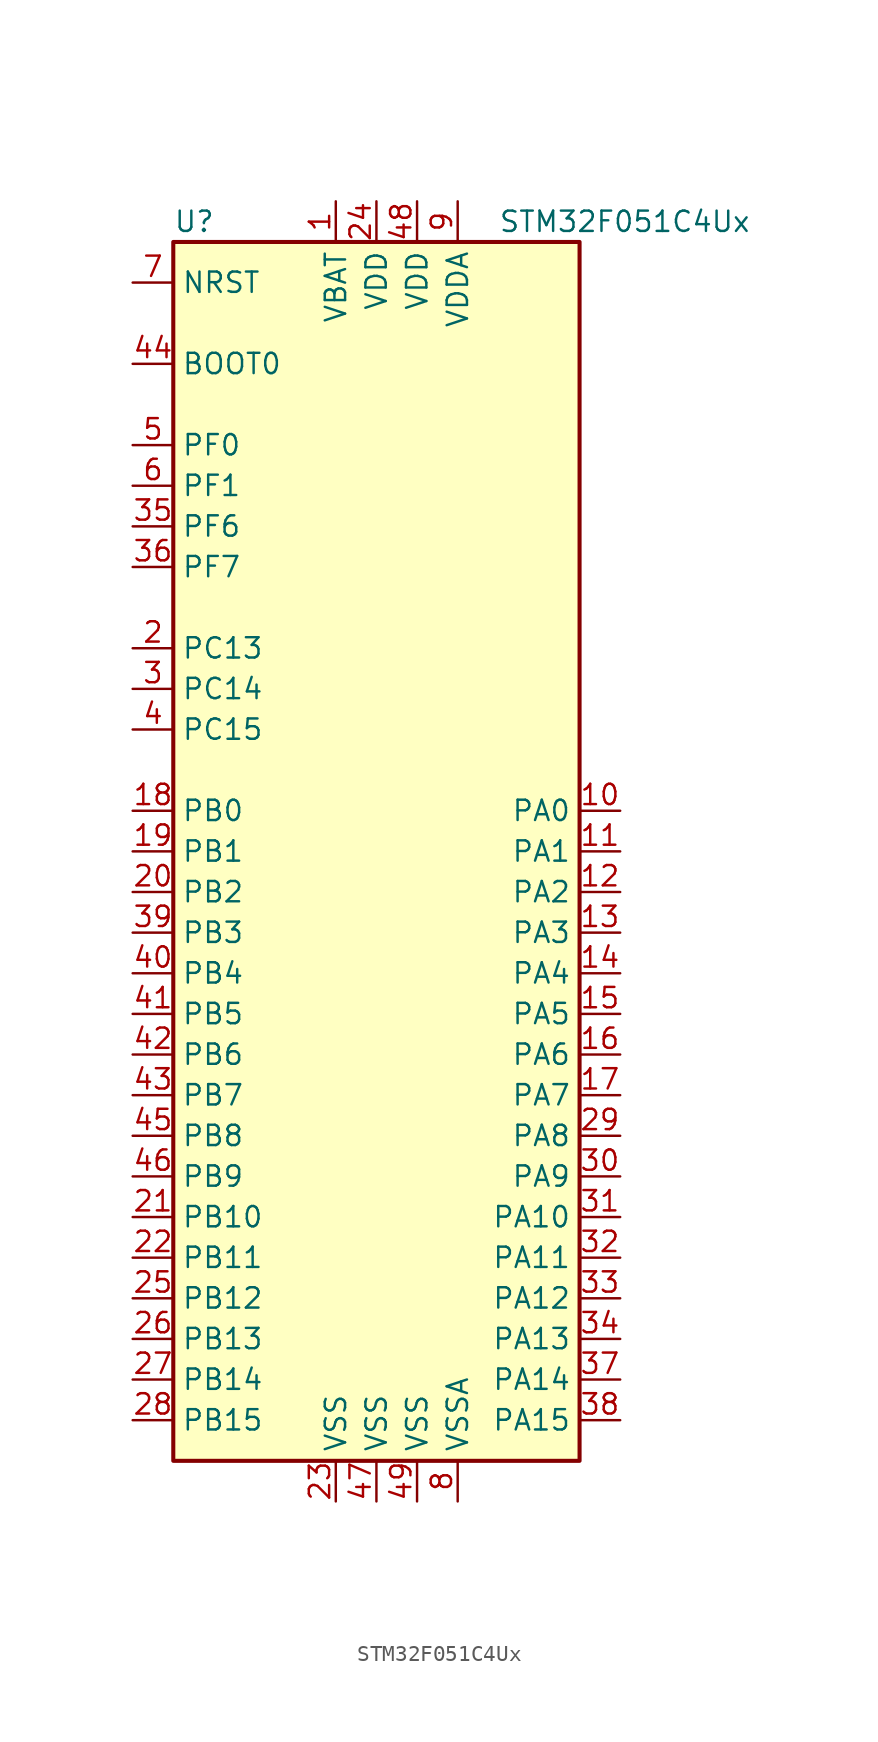
<source format=kicad_sym>
(kicad_symbol_lib
  (version 20201005)
  (generator kicad_symbol_editor)
  (symbol "MCU_ST_STM32F0:STM32F051C4Ux"
    (property "Reference" "U"
      (at -12.7 39.37 0)
      (effects (font (size 1.27 1.27)) (justify left)))
    (property "Value" "STM32F051C4Ux"
      (at 7.62 39.37 0)
      (effects (font (size 1.27 1.27)) (justify left)))
    (symbol "STM32F051C4Ux_0_1"
      (rectangle (start -12.7 -38.1) (end 12.7 38.1) (stroke (width 0.254)) (fill (type background))))
    (symbol "STM32F051C4Ux_1_1"
      (pin power_in line (at -2.54 40.64 270) (length 2.54) (name "VBAT" (effects (font (size 1.27 1.27)))) (number "1" (effects (font (size 1.27 1.27)))))
      (pin bidirectional line (at 15.24 2.54 180) (length 2.54) (name "PA0" (effects (font (size 1.27 1.27)))) (number "10" (effects (font (size 1.27 1.27)))))
      (pin bidirectional line (at 15.24 0 180) (length 2.54) (name "PA1" (effects (font (size 1.27 1.27)))) (number "11" (effects (font (size 1.27 1.27)))))
      (pin bidirectional line (at 15.24 -2.54 180) (length 2.54) (name "PA2" (effects (font (size 1.27 1.27)))) (number "12" (effects (font (size 1.27 1.27)))))
      (pin bidirectional line (at 15.24 -5.08 180) (length 2.54) (name "PA3" (effects (font (size 1.27 1.27)))) (number "13" (effects (font (size 1.27 1.27)))))
      (pin bidirectional line (at 15.24 -7.62 180) (length 2.54) (name "PA4" (effects (font (size 1.27 1.27)))) (number "14" (effects (font (size 1.27 1.27)))))
      (pin bidirectional line (at 15.24 -10.16 180) (length 2.54) (name "PA5" (effects (font (size 1.27 1.27)))) (number "15" (effects (font (size 1.27 1.27)))))
      (pin bidirectional line (at 15.24 -12.7 180) (length 2.54) (name "PA6" (effects (font (size 1.27 1.27)))) (number "16" (effects (font (size 1.27 1.27)))))
      (pin bidirectional line (at 15.24 -15.24 180) (length 2.54) (name "PA7" (effects (font (size 1.27 1.27)))) (number "17" (effects (font (size 1.27 1.27)))))
      (pin bidirectional line (at -15.24 2.54 0) (length 2.54) (name "PB0" (effects (font (size 1.27 1.27)))) (number "18" (effects (font (size 1.27 1.27)))))
      (pin bidirectional line (at -15.24 0 0) (length 2.54) (name "PB1" (effects (font (size 1.27 1.27)))) (number "19" (effects (font (size 1.27 1.27)))))
      (pin bidirectional line (at -15.24 12.7 0) (length 2.54) (name "PC13" (effects (font (size 1.27 1.27)))) (number "2" (effects (font (size 1.27 1.27)))))
      (pin bidirectional line (at -15.24 -2.54 0) (length 2.54) (name "PB2" (effects (font (size 1.27 1.27)))) (number "20" (effects (font (size 1.27 1.27)))))
      (pin bidirectional line (at -15.24 -22.86 0) (length 2.54) (name "PB10" (effects (font (size 1.27 1.27)))) (number "21" (effects (font (size 1.27 1.27)))))
      (pin bidirectional line (at -15.24 -25.4 0) (length 2.54) (name "PB11" (effects (font (size 1.27 1.27)))) (number "22" (effects (font (size 1.27 1.27)))))
      (pin power_in line (at -2.54 -40.64 90) (length 2.54) (name "VSS" (effects (font (size 1.27 1.27)))) (number "23" (effects (font (size 1.27 1.27)))))
      (pin power_in line (at 0 40.64 270) (length 2.54) (name "VDD" (effects (font (size 1.27 1.27)))) (number "24" (effects (font (size 1.27 1.27)))))
      (pin bidirectional line (at -15.24 -27.94 0) (length 2.54) (name "PB12" (effects (font (size 1.27 1.27)))) (number "25" (effects (font (size 1.27 1.27)))))
      (pin bidirectional line (at -15.24 -30.48 0) (length 2.54) (name "PB13" (effects (font (size 1.27 1.27)))) (number "26" (effects (font (size 1.27 1.27)))))
      (pin bidirectional line (at -15.24 -33.02 0) (length 2.54) (name "PB14" (effects (font (size 1.27 1.27)))) (number "27" (effects (font (size 1.27 1.27)))))
      (pin bidirectional line (at -15.24 -35.56 0) (length 2.54) (name "PB15" (effects (font (size 1.27 1.27)))) (number "28" (effects (font (size 1.27 1.27)))))
      (pin bidirectional line (at 15.24 -17.78 180) (length 2.54) (name "PA8" (effects (font (size 1.27 1.27)))) (number "29" (effects (font (size 1.27 1.27)))))
      (pin bidirectional line (at -15.24 10.16 0) (length 2.54) (name "PC14" (effects (font (size 1.27 1.27)))) (number "3" (effects (font (size 1.27 1.27)))))
      (pin bidirectional line (at 15.24 -20.32 180) (length 2.54) (name "PA9" (effects (font (size 1.27 1.27)))) (number "30" (effects (font (size 1.27 1.27)))))
      (pin bidirectional line (at 15.24 -22.86 180) (length 2.54) (name "PA10" (effects (font (size 1.27 1.27)))) (number "31" (effects (font (size 1.27 1.27)))))
      (pin bidirectional line (at 15.24 -25.4 180) (length 2.54) (name "PA11" (effects (font (size 1.27 1.27)))) (number "32" (effects (font (size 1.27 1.27)))))
      (pin bidirectional line (at 15.24 -27.94 180) (length 2.54) (name "PA12" (effects (font (size 1.27 1.27)))) (number "33" (effects (font (size 1.27 1.27)))))
      (pin bidirectional line (at 15.24 -30.48 180) (length 2.54) (name "PA13" (effects (font (size 1.27 1.27)))) (number "34" (effects (font (size 1.27 1.27)))))
      (pin bidirectional line (at -15.24 20.32 0) (length 2.54) (name "PF6" (effects (font (size 1.27 1.27)))) (number "35" (effects (font (size 1.27 1.27)))))
      (pin bidirectional line (at -15.24 17.78 0) (length 2.54) (name "PF7" (effects (font (size 1.27 1.27)))) (number "36" (effects (font (size 1.27 1.27)))))
      (pin bidirectional line (at 15.24 -33.02 180) (length 2.54) (name "PA14" (effects (font (size 1.27 1.27)))) (number "37" (effects (font (size 1.27 1.27)))))
      (pin bidirectional line (at 15.24 -35.56 180) (length 2.54) (name "PA15" (effects (font (size 1.27 1.27)))) (number "38" (effects (font (size 1.27 1.27)))))
      (pin bidirectional line (at -15.24 -5.08 0) (length 2.54) (name "PB3" (effects (font (size 1.27 1.27)))) (number "39" (effects (font (size 1.27 1.27)))))
      (pin bidirectional line (at -15.24 7.62 0) (length 2.54) (name "PC15" (effects (font (size 1.27 1.27)))) (number "4" (effects (font (size 1.27 1.27)))))
      (pin bidirectional line (at -15.24 -7.62 0) (length 2.54) (name "PB4" (effects (font (size 1.27 1.27)))) (number "40" (effects (font (size 1.27 1.27)))))
      (pin bidirectional line (at -15.24 -10.16 0) (length 2.54) (name "PB5" (effects (font (size 1.27 1.27)))) (number "41" (effects (font (size 1.27 1.27)))))
      (pin bidirectional line (at -15.24 -12.7 0) (length 2.54) (name "PB6" (effects (font (size 1.27 1.27)))) (number "42" (effects (font (size 1.27 1.27)))))
      (pin bidirectional line (at -15.24 -15.24 0) (length 2.54) (name "PB7" (effects (font (size 1.27 1.27)))) (number "43" (effects (font (size 1.27 1.27)))))
      (pin input line (at -15.24 30.48 0) (length 2.54) (name "BOOT0" (effects (font (size 1.27 1.27)))) (number "44" (effects (font (size 1.27 1.27)))))
      (pin bidirectional line (at -15.24 -17.78 0) (length 2.54) (name "PB8" (effects (font (size 1.27 1.27)))) (number "45" (effects (font (size 1.27 1.27)))))
      (pin bidirectional line (at -15.24 -20.32 0) (length 2.54) (name "PB9" (effects (font (size 1.27 1.27)))) (number "46" (effects (font (size 1.27 1.27)))))
      (pin power_in line (at 0 -40.64 90) (length 2.54) (name "VSS" (effects (font (size 1.27 1.27)))) (number "47" (effects (font (size 1.27 1.27)))))
      (pin power_in line (at 2.54 40.64 270) (length 2.54) (name "VDD" (effects (font (size 1.27 1.27)))) (number "48" (effects (font (size 1.27 1.27)))))
      (pin power_in line (at 2.54 -40.64 90) (length 2.54) (name "VSS" (effects (font (size 1.27 1.27)))) (number "49" (effects (font (size 1.27 1.27)))))
      (pin input line (at -15.24 25.4 0) (length 2.54) (name "PF0" (effects (font (size 1.27 1.27)))) (number "5" (effects (font (size 1.27 1.27)))))
      (pin input line (at -15.24 22.86 0) (length 2.54) (name "PF1" (effects (font (size 1.27 1.27)))) (number "6" (effects (font (size 1.27 1.27)))))
      (pin input line (at -15.24 35.56 0) (length 2.54) (name "NRST" (effects (font (size 1.27 1.27)))) (number "7" (effects (font (size 1.27 1.27)))))
      (pin power_in line (at 5.08 -40.64 90) (length 2.54) (name "VSSA" (effects (font (size 1.27 1.27)))) (number "8" (effects (font (size 1.27 1.27)))))
      (pin power_in line (at 5.08 40.64 270) (length 2.54) (name "VDDA" (effects (font (size 1.27 1.27)))) (number "9" (effects (font (size 1.27 1.27))))))))
</source>
